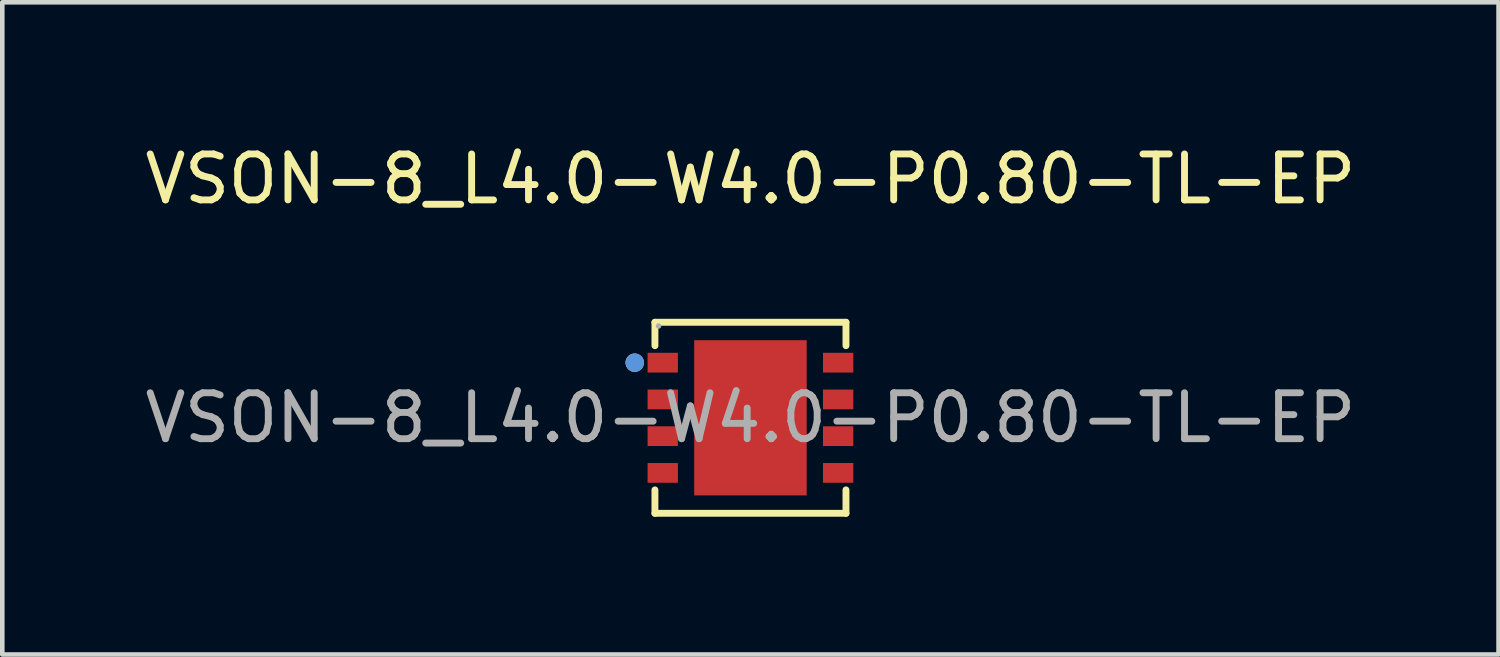
<source format=kicad_pcb>
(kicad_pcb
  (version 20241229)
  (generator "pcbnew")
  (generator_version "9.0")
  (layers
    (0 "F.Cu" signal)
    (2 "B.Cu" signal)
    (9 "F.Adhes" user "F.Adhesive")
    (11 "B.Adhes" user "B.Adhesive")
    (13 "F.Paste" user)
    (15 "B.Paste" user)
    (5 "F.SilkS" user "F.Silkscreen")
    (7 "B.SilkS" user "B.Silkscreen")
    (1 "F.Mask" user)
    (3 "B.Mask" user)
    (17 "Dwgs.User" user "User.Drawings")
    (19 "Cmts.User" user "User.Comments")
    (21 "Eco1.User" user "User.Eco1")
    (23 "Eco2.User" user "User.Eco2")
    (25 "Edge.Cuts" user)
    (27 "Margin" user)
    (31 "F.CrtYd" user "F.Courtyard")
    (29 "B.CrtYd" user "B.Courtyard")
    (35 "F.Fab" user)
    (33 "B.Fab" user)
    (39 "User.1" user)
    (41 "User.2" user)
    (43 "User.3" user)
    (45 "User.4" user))
  (footprint "VSON-8_L4.0-W4.0-P0.80-TL-EP"
    (layer "F.Cu")
    (at 13.292 6.048)
    (property "Reference" "VSON-8_L4.0-W4.0-P0.80-TL-EP" (at 0 -5.2 0) (layer "F.SilkS") (effects (font (size 1 1) (thickness 0.15))))
    (attr smd)
    (fp_line (start -2.08 -2.08) (end 2.08 -2.08) (stroke (width 0.15) (type solid)) (layer "F.SilkS"))
    (fp_line (start -2.08 -1.57) (end -2.08 -2.08) (stroke (width 0.15) (type solid)) (layer "F.SilkS"))
    (fp_line (start -2.08 1.57) (end -2.08 2.08) (stroke (width 0.15) (type solid)) (layer "F.SilkS"))
    (fp_line (start -2.08 2.08) (end 2.08 2.08) (stroke (width 0.15) (type solid)) (layer "F.SilkS"))
    (fp_line (start 2.08 -2.08) (end 2.08 -1.57) (stroke (width 0.15) (type solid)) (layer "F.SilkS"))
    (fp_line (start 2.08 2.08) (end 2.08 1.57) (stroke (width 0.15) (type solid)) (layer "F.SilkS"))
    (fp_circle (center -2.52 -1.2) (end -2.42 -1.2) (stroke (width 0.2) (type solid)) (fill no) (layer "F.SilkS"))
    (fp_circle (center -2.52 -1.2) (end -2.42 -1.2) (stroke (width 0.2) (type solid)) (fill no) (layer "Cmts.User"))
    (fp_circle (center -2 -2) (end -1.97 -2) (stroke (width 0.06) (type solid)) (fill no) (layer "F.Fab"))
    (fp_text user "${REFERENCE}" (at 0 0 0) (layer "F.Fab") (effects (font (size 1 1) (thickness 0.15))))
    (pad "1" smd rect (at -1.91 -1.2) (size 0.66 0.43) (layers "F.Cu" "F.Mask" "F.Paste"))
    (pad "2" smd rect (at -1.91 -0.4) (size 0.66 0.43) (layers "F.Cu" "F.Mask" "F.Paste"))
    (pad "3" smd rect (at -1.91 0.4) (size 0.66 0.43) (layers "F.Cu" "F.Mask" "F.Paste"))
    (pad "4" smd rect (at -1.91 1.2) (size 0.66 0.43) (layers "F.Cu" "F.Mask" "F.Paste"))
    (pad "5" smd rect (at 1.91 1.2) (size 0.66 0.43) (layers "F.Cu" "F.Mask" "F.Paste"))
    (pad "6" smd rect (at 1.91 0.4) (size 0.66 0.43) (layers "F.Cu" "F.Mask" "F.Paste"))
    (pad "7" smd rect (at 1.91 -0.4) (size 0.66 0.43) (layers "F.Cu" "F.Mask" "F.Paste"))
    (pad "8" smd rect (at 1.91 -1.2) (size 0.66 0.43) (layers "F.Cu" "F.Mask" "F.Paste"))
    (pad "9" smd rect (at 0 0) (size 2.45 3.38) (layers "F.Cu" "F.Mask" "F.Paste")))
  (gr_rect
    (start -3 -3)
    (end 29.583 11.203)
    (stroke (width 0.1) (type default))
    (fill no)
    (layer "Edge.Cuts")))
</source>
